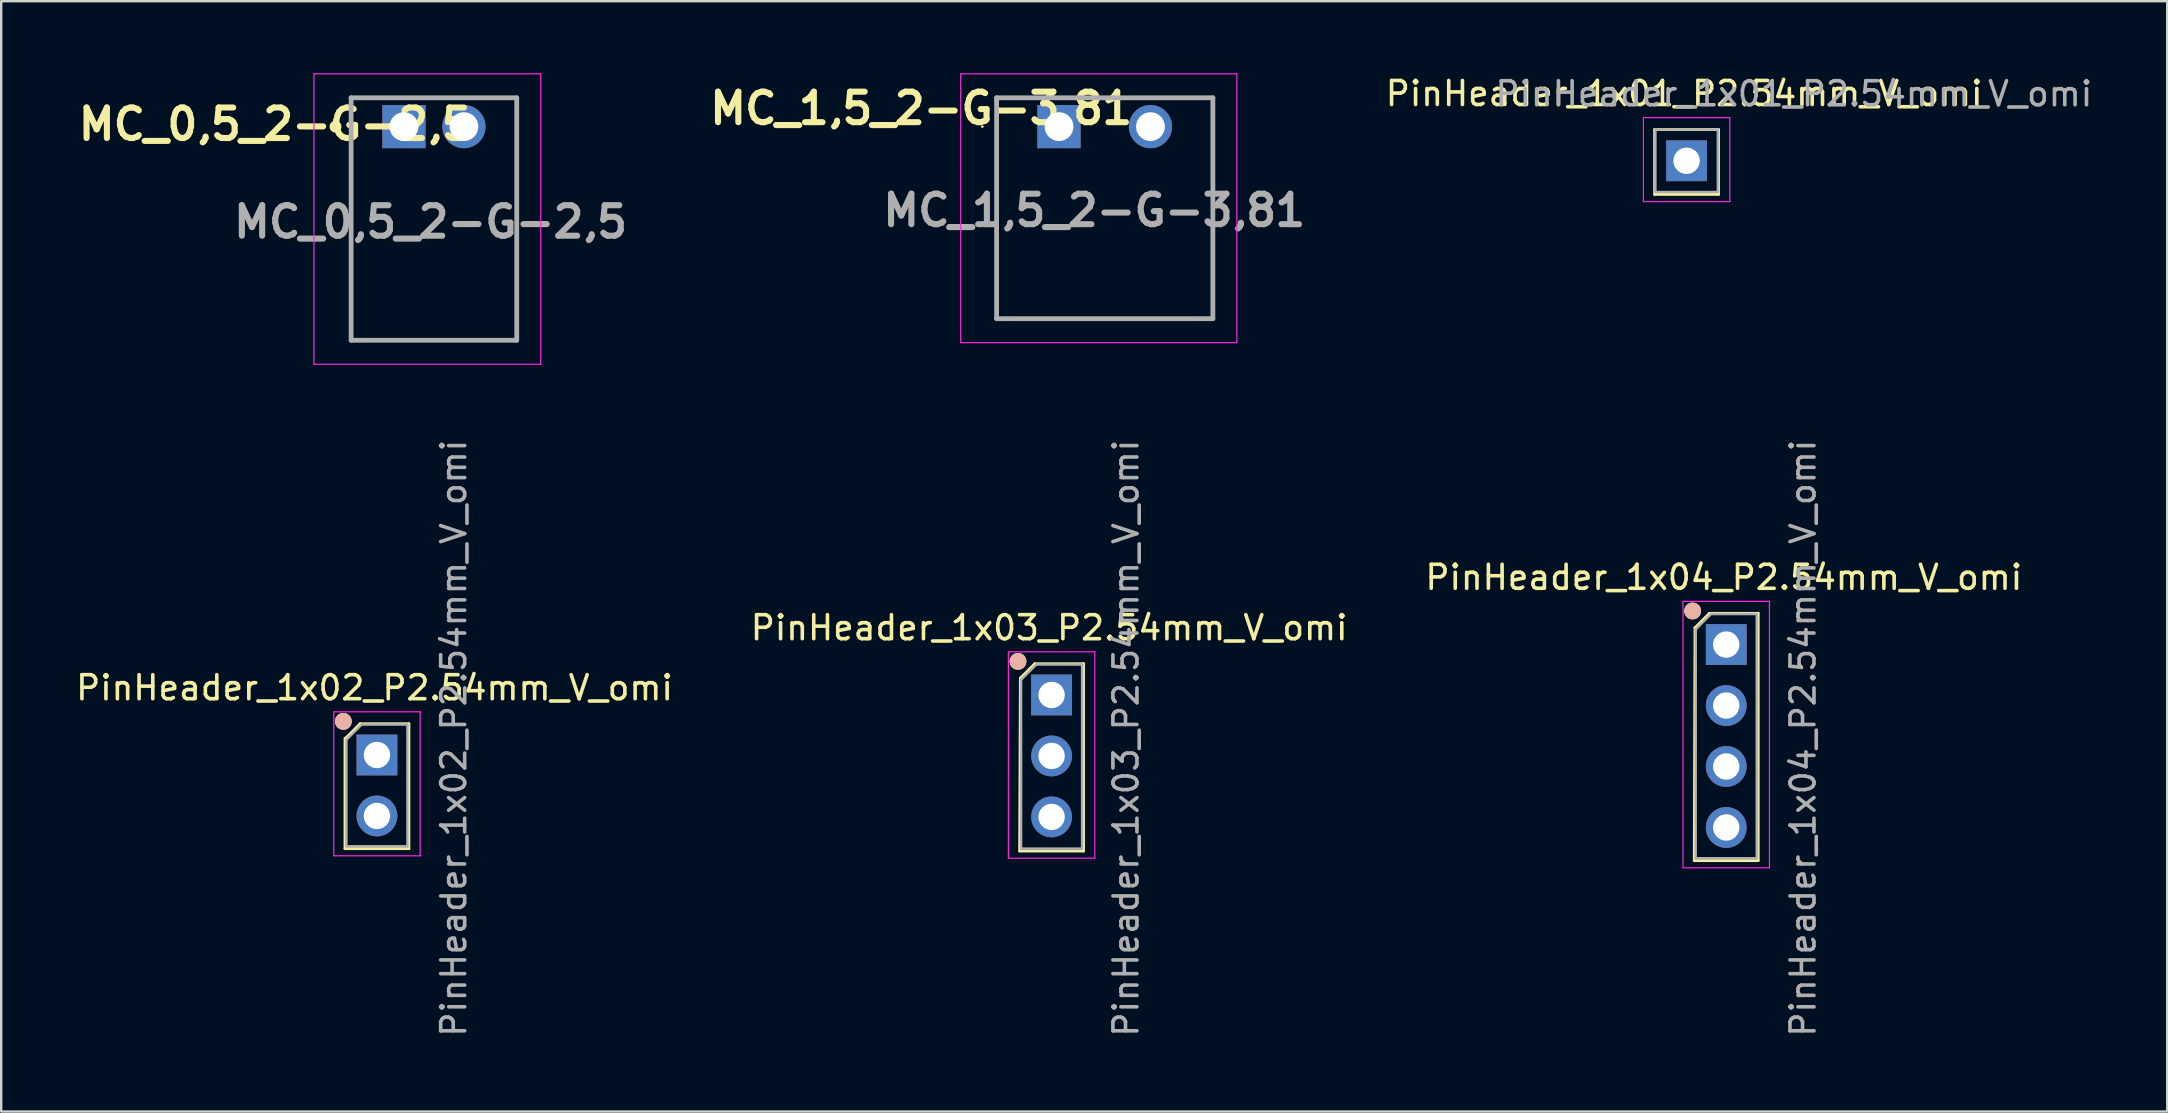
<source format=kicad_pcb>
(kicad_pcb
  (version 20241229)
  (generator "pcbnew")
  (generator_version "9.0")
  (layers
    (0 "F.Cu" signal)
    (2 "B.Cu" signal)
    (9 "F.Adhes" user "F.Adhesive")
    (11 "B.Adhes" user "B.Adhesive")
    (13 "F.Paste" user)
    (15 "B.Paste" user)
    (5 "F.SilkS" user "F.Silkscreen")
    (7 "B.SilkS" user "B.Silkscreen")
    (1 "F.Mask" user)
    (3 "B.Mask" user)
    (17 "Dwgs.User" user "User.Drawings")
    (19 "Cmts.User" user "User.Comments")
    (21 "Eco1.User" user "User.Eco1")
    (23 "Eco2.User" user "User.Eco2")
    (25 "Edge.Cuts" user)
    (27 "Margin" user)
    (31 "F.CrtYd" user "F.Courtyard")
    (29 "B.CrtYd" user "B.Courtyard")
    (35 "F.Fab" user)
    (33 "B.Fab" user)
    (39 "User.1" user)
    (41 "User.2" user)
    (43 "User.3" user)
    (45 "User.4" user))
  (footprint "MC_0,5_2-G-2,5"
    (layer "F.Cu")
    (at 13.778 2.225)
    (property "Reference" "MC_0,5_2-G-2,5" (at -5.36 -0.1 0) (layer "F.SilkS") (effects (font (size 1.27 1.27) (thickness 0.254))))
    (attr through_hole)
    (fp_line (start -2.2 -1.2) (end 4.7 -1.2) (stroke (width 0.1) (type solid)) (layer "F.SilkS"))
    (fp_line (start -2.2 8.9) (end -2.2 -1.2) (stroke (width 0.1) (type solid)) (layer "F.SilkS"))
    (fp_line (start 4.7 -1.2) (end 4.7 8.9) (stroke (width 0.1) (type solid)) (layer "F.SilkS"))
    (fp_line (start 4.7 8.9) (end -2.2 8.9) (stroke (width 0.1) (type solid)) (layer "F.SilkS"))
    (fp_circle (center -2.85 0) (end -2.85 0.05) (stroke (width 0.2) (type solid)) (fill no) (layer "F.SilkS"))
    (fp_line (start -3.75 -2.2) (end 5.7 -2.2) (stroke (width 0.05) (type solid)) (layer "F.CrtYd"))
    (fp_line (start -3.75 9.9) (end -3.75 -2.2) (stroke (width 0.05) (type solid)) (layer "F.CrtYd"))
    (fp_line (start 5.7 -2.2) (end 5.7 9.9) (stroke (width 0.05) (type solid)) (layer "F.CrtYd"))
    (fp_line (start 5.7 9.9) (end -3.75 9.9) (stroke (width 0.05) (type solid)) (layer "F.CrtYd"))
    (fp_line (start -2.2 -1.2) (end 4.7 -1.2) (stroke (width 0.2) (type solid)) (layer "F.Fab"))
    (fp_line (start -2.2 8.9) (end -2.2 -1.2) (stroke (width 0.2) (type solid)) (layer "F.Fab"))
    (fp_line (start 4.7 -1.2) (end 4.7 8.9) (stroke (width 0.2) (type solid)) (layer "F.Fab"))
    (fp_line (start 4.7 8.9) (end -2.2 8.9) (stroke (width 0.2) (type solid)) (layer "F.Fab"))
    (fp_text user "${REFERENCE}" (at 1.11 3.97 0) (layer "F.Fab") (effects (font (size 1.27 1.27) (thickness 0.254))))
    (pad "1" thru_hole rect (at 0 0) (size 1.8 1.8) (drill 1.2) (layers "*.Cu" "*.Mask"))
    (pad "2" thru_hole circle (at 2.5 0) (size 1.8 1.8) (drill 1.2) (layers "*.Cu" "*.Mask")))
  (footprint "PinHeader_1x02_P2.54mm_V_omi"
    (layer "F.Cu")
    (at 12.654 28.404)
    (property "Reference" "PinHeader_1x02_P2.54mm_V_omi" (at -0.1 -2.8 180) (layer "F.SilkS") (effects (font (size 1 1) (thickness 0.15))))
    (attr through_hole)
    (fp_line (start -1.33 -0.7) (end -1.33 3.9) (stroke (width 0.12) (type solid)) (layer "F.SilkS"))
    (fp_line (start -1.33 3.9) (end 1.33 3.9) (stroke (width 0.12) (type solid)) (layer "F.SilkS"))
    (fp_line (start -1.3 -0.7) (end -0.7 -1.3) (stroke (width 0.12) (type solid)) (layer "F.SilkS"))
    (fp_line (start -0.7 -1.3) (end 1.33 -1.3) (stroke (width 0.12) (type solid)) (layer "F.SilkS"))
    (fp_line (start 1.33 -1.3) (end 1.33 3.9) (stroke (width 0.12) (type solid)) (layer "F.SilkS"))
    (fp_circle (center -1.4 -1.4) (end -1.1 -1.4) (stroke (width 0.1) (type solid)) (fill yes) (layer "F.SilkS"))
    (fp_circle (center -1.4 -1.4) (end -1.1 -1.4) (stroke (width 0.1) (type solid)) (fill yes) (layer "B.SilkS"))
    (fp_line (start -1.8 -1.8) (end -1.8 4.2) (stroke (width 0.05) (type solid)) (layer "F.CrtYd"))
    (fp_line (start -1.8 4.2) (end 1.8 4.2) (stroke (width 0.05) (type solid)) (layer "F.CrtYd"))
    (fp_line (start 1.8 -1.8) (end -1.8 -1.8) (stroke (width 0.05) (type solid)) (layer "F.CrtYd"))
    (fp_line (start 1.8 4.2) (end 1.8 -1.8) (stroke (width 0.05) (type solid)) (layer "F.CrtYd"))
    (fp_line (start -1.27 -0.635) (end -0.635 -1.27) (stroke (width 0.1) (type solid)) (layer "F.Fab"))
    (fp_line (start -1.27 3.8) (end -1.27 -0.635) (stroke (width 0.1) (type solid)) (layer "F.Fab"))
    (fp_line (start -0.635 -1.27) (end 1.27 -1.27) (stroke (width 0.1) (type solid)) (layer "F.Fab"))
    (fp_line (start 1.27 -1.27) (end 1.27 3.8) (stroke (width 0.1) (type solid)) (layer "F.Fab"))
    (fp_line (start 1.27 3.8) (end -1.27 3.8) (stroke (width 0.1) (type solid)) (layer "F.Fab"))
    (fp_text user "${REFERENCE}" (at 3.2 -0.7 90) (layer "F.Fab") (effects (font (size 1 1) (thickness 0.15))))
    (pad "1" thru_hole rect (at 0 0) (size 1.7 1.7) (drill 1.1) (layers "*.Cu" "*.Mask"))
    (pad "2" thru_hole oval (at 0 2.54) (size 1.7 1.7) (drill 1.1) (layers "*.Cu" "*.Mask")))
  (footprint "PinHeader_1x03_P2.54mm_V_omi"
    (layer "F.Cu")
    (at 40.761 25.904)
    (property "Reference" "PinHeader_1x03_P2.54mm_V_omi" (at -0.1 -2.8 180) (layer "F.SilkS") (effects (font (size 1 1) (thickness 0.15))))
    (attr through_hole)
    (fp_line (start -1.33 6.5) (end 1.33 6.5) (stroke (width 0.12) (type solid)) (layer "F.SilkS"))
    (fp_line (start -1.3 -0.7) (end -1.33 6.5) (stroke (width 0.12) (type solid)) (layer "F.SilkS"))
    (fp_line (start -1.3 -0.7) (end -0.7 -1.3) (stroke (width 0.12) (type solid)) (layer "F.SilkS"))
    (fp_line (start -0.7 -1.3) (end 1.33 -1.3) (stroke (width 0.12) (type solid)) (layer "F.SilkS"))
    (fp_line (start 1.33 -1.3) (end 1.33 6.5) (stroke (width 0.12) (type solid)) (layer "F.SilkS"))
    (fp_circle (center -1.4 -1.4) (end -1.1 -1.4) (stroke (width 0.1) (type solid)) (fill yes) (layer "F.SilkS"))
    (fp_circle (center -1.4 -1.4) (end -1.1 -1.4) (stroke (width 0.1) (type solid)) (fill yes) (layer "B.SilkS"))
    (fp_line (start -1.8 -1.8) (end -1.8 6.8) (stroke (width 0.05) (type solid)) (layer "F.CrtYd"))
    (fp_line (start -1.8 6.8) (end 1.8 6.8) (stroke (width 0.05) (type solid)) (layer "F.CrtYd"))
    (fp_line (start 1.8 -1.8) (end -1.8 -1.8) (stroke (width 0.05) (type solid)) (layer "F.CrtYd"))
    (fp_line (start 1.8 6.8) (end 1.8 -1.8) (stroke (width 0.05) (type solid)) (layer "F.CrtYd"))
    (fp_line (start -1.27 -0.635) (end -0.635 -1.27) (stroke (width 0.1) (type solid)) (layer "F.Fab"))
    (fp_line (start -1.27 6.4) (end -1.27 -0.635) (stroke (width 0.1) (type solid)) (layer "F.Fab"))
    (fp_line (start -0.635 -1.27) (end 1.27 -1.27) (stroke (width 0.1) (type solid)) (layer "F.Fab"))
    (fp_line (start 1.27 -1.27) (end 1.27 6.4) (stroke (width 0.1) (type solid)) (layer "F.Fab"))
    (fp_line (start 1.27 6.4) (end -1.27 6.4) (stroke (width 0.1) (type solid)) (layer "F.Fab"))
    (fp_text user "${REFERENCE}" (at 3.1 1.8 90) (layer "F.Fab") (effects (font (size 1 1) (thickness 0.15))))
    (pad "1" thru_hole rect (at 0 0) (size 1.7 1.7) (drill 1.1) (layers "*.Cu" "*.Mask"))
    (pad "2" thru_hole oval (at 0 2.54) (size 1.7 1.7) (drill 1.1) (layers "*.Cu" "*.Mask"))
    (pad "3" thru_hole oval (at 0 5.08) (size 1.7 1.7) (drill 1.1) (layers "*.Cu" "*.Mask")))
  (footprint "MC_1,5_2-G-3,81"
    (layer "F.Cu")
    (at 41.07 2.225)
    (property "Reference" "MC_1,5_2-G-3,81" (at -5.74 -0.76 0) (layer "F.SilkS") (effects (font (size 1.27 1.27) (thickness 0.254))))
    (attr through_hole)
    (fp_line (start -3.22 0) (end -3.22 0) (stroke (width 0.05) (type solid)) (layer "F.SilkS"))
    (fp_line (start -3.17 0) (end -3.17 0) (stroke (width 0.05) (type solid)) (layer "F.SilkS"))
    (fp_line (start -2.6 8) (end -2.6 -1.2) (stroke (width 0.1) (type solid)) (layer "F.SilkS"))
    (fp_line (start 6.41 -1.2) (end 6.41 8) (stroke (width 0.1) (type solid)) (layer "F.SilkS"))
    (fp_line (start 6.41 8) (end -2.6 8) (stroke (width 0.1) (type solid)) (layer "F.SilkS"))
    (fp_arc (start -3.22 0) (mid -3.195 -0.025) (end -3.17 0) (stroke (width 0.05) (type solid)) (layer "F.SilkS"))
    (fp_arc (start -3.17 0) (mid -3.195 0.025) (end -3.22 0) (stroke (width 0.05) (type solid)) (layer "F.SilkS"))
    (fp_line (start -4.095 -2.2) (end 7.41 -2.2) (stroke (width 0.05) (type solid)) (layer "F.CrtYd"))
    (fp_line (start -4.095 9) (end -4.095 -2.2) (stroke (width 0.05) (type solid)) (layer "F.CrtYd"))
    (fp_line (start 7.41 -2.2) (end 7.41 9) (stroke (width 0.05) (type solid)) (layer "F.CrtYd"))
    (fp_line (start 7.41 9) (end -4.095 9) (stroke (width 0.05) (type solid)) (layer "F.CrtYd"))
    (fp_line (start -2.6 -1.2) (end 6.41 -1.2) (stroke (width 0.2) (type solid)) (layer "F.Fab"))
    (fp_line (start -2.6 8) (end -2.6 -1.2) (stroke (width 0.2) (type solid)) (layer "F.Fab"))
    (fp_line (start 6.41 -1.2) (end 6.41 8) (stroke (width 0.2) (type solid)) (layer "F.Fab"))
    (fp_line (start 6.41 8) (end -2.6 8) (stroke (width 0.2) (type solid)) (layer "F.Fab"))
    (fp_text user "${REFERENCE}" (at 1.47 3.49 0) (layer "F.Fab") (effects (font (size 1.27 1.27) (thickness 0.254))))
    (pad "1" thru_hole rect (at 0 0) (size 1.8 1.8) (drill 1.2) (layers "*.Cu" "*.Mask"))
    (pad "2" thru_hole circle (at 3.81 0) (size 1.8 1.8) (drill 1.2) (layers "*.Cu" "*.Mask")))
  (footprint "PinHeader_1x01_P2.54mm_V_omi"
    (layer "F.Cu")
    (at 67.216 3.648)
    (property "Reference" "PinHeader_1x01_P2.54mm_V_omi" (at -0.1 -2.8 180) (layer "F.SilkS") (effects (font (size 1 1) (thickness 0.15))))
    (attr through_hole)
    (fp_line (start -1.33 -1.3) (end -1.33 1.4) (stroke (width 0.12) (type solid)) (layer "F.SilkS"))
    (fp_line (start -1.33 -1.3) (end 1.33 -1.3) (stroke (width 0.12) (type solid)) (layer "F.SilkS"))
    (fp_line (start -1.33 1.4) (end 1.33 1.4) (stroke (width 0.12) (type solid)) (layer "F.SilkS"))
    (fp_line (start 1.33 -1.3) (end 1.33 1.4) (stroke (width 0.12) (type solid)) (layer "F.SilkS"))
    (fp_line (start -1.8 -1.8) (end -1.8 1.7) (stroke (width 0.05) (type solid)) (layer "F.CrtYd"))
    (fp_line (start -1.8 1.7) (end 1.8 1.7) (stroke (width 0.05) (type solid)) (layer "F.CrtYd"))
    (fp_line (start 1.8 -1.8) (end -1.8 -1.8) (stroke (width 0.05) (type solid)) (layer "F.CrtYd"))
    (fp_line (start 1.8 1.7) (end 1.8 -1.8) (stroke (width 0.05) (type solid)) (layer "F.CrtYd"))
    (fp_line (start -1.3 -1.3) (end 1.3 -1.3) (stroke (width 0.1) (type solid)) (layer "F.Fab"))
    (fp_line (start -1.3 1.3) (end -1.3 -1.3) (stroke (width 0.1) (type solid)) (layer "F.Fab"))
    (fp_line (start 1.27 1.3) (end -1.27 1.3) (stroke (width 0.1) (type solid)) (layer "F.Fab"))
    (fp_line (start 1.3 -1.3) (end 1.3 1.3) (stroke (width 0.1) (type solid)) (layer "F.Fab"))
    (fp_text user "${REFERENCE}" (at 4.47 -2.79 180) (layer "F.Fab") (effects (font (size 1 1) (thickness 0.15))))
    (pad "1" thru_hole rect (at 0 0) (size 1.7 1.7) (drill 1.1) (layers "*.Cu" "*.Mask")))
  (footprint "PinHeader_1x04_P2.54mm_V_omi"
    (layer "F.Cu")
    (at 68.868 23.804)
    (property "Reference" "PinHeader_1x04_P2.54mm_V_omi" (at -0.1 -2.8 180) (layer "F.SilkS") (effects (font (size 1 1) (thickness 0.15))))
    (attr through_hole)
    (fp_line (start -1.33 9) (end 1.33 9) (stroke (width 0.12) (type solid)) (layer "F.SilkS"))
    (fp_line (start -1.3 -0.7) (end -1.33 9) (stroke (width 0.12) (type solid)) (layer "F.SilkS"))
    (fp_line (start -1.3 -0.7) (end -0.7 -1.3) (stroke (width 0.12) (type solid)) (layer "F.SilkS"))
    (fp_line (start -0.7 -1.3) (end 1.33 -1.3) (stroke (width 0.12) (type solid)) (layer "F.SilkS"))
    (fp_line (start 1.33 -1.3) (end 1.33 9) (stroke (width 0.12) (type solid)) (layer "F.SilkS"))
    (fp_circle (center -1.4 -1.4) (end -1.1 -1.4) (stroke (width 0.1) (type solid)) (fill yes) (layer "F.SilkS"))
    (fp_circle (center -1.4 -1.4) (end -1.1 -1.4) (stroke (width 0.1) (type solid)) (fill yes) (layer "B.SilkS"))
    (fp_line (start -1.8 -1.8) (end -1.8 9.3) (stroke (width 0.05) (type solid)) (layer "F.CrtYd"))
    (fp_line (start -1.8 9.3) (end 1.8 9.3) (stroke (width 0.05) (type solid)) (layer "F.CrtYd"))
    (fp_line (start 1.8 -1.8) (end -1.8 -1.8) (stroke (width 0.05) (type solid)) (layer "F.CrtYd"))
    (fp_line (start 1.8 9.3) (end 1.8 -1.8) (stroke (width 0.05) (type solid)) (layer "F.CrtYd"))
    (fp_line (start -1.27 -0.635) (end -0.635 -1.27) (stroke (width 0.1) (type solid)) (layer "F.Fab"))
    (fp_line (start -1.27 8.9) (end -1.27 -0.635) (stroke (width 0.1) (type solid)) (layer "F.Fab"))
    (fp_line (start -0.635 -1.27) (end 1.27 -1.27) (stroke (width 0.1) (type solid)) (layer "F.Fab"))
    (fp_line (start 1.27 -1.27) (end 1.27 8.9) (stroke (width 0.1) (type solid)) (layer "F.Fab"))
    (fp_line (start 1.27 8.9) (end -1.27 8.9) (stroke (width 0.1) (type solid)) (layer "F.Fab"))
    (fp_text user "${REFERENCE}" (at 3.2 3.9 90) (layer "F.Fab") (effects (font (size 1 1) (thickness 0.15))))
    (pad "1" thru_hole rect (at 0 0) (size 1.7 1.7) (drill 1.1) (layers "*.Cu" "*.Mask"))
    (pad "2" thru_hole oval (at 0 2.54) (size 1.7 1.7) (drill 1.1) (layers "*.Cu" "*.Mask"))
    (pad "3" thru_hole oval (at 0 5.08) (size 1.7 1.7) (drill 1.1) (layers "*.Cu" "*.Mask"))
    (pad "4" thru_hole oval (at 0 7.62) (size 1.7 1.7) (drill 1.1) (layers "*.Cu" "*.Mask")))
  (gr_rect
    (start -3 -3)
    (end 87.24 43.257)
    (stroke (width 0.1) (type default))
    (fill no)
    (layer "Edge.Cuts")))
</source>
